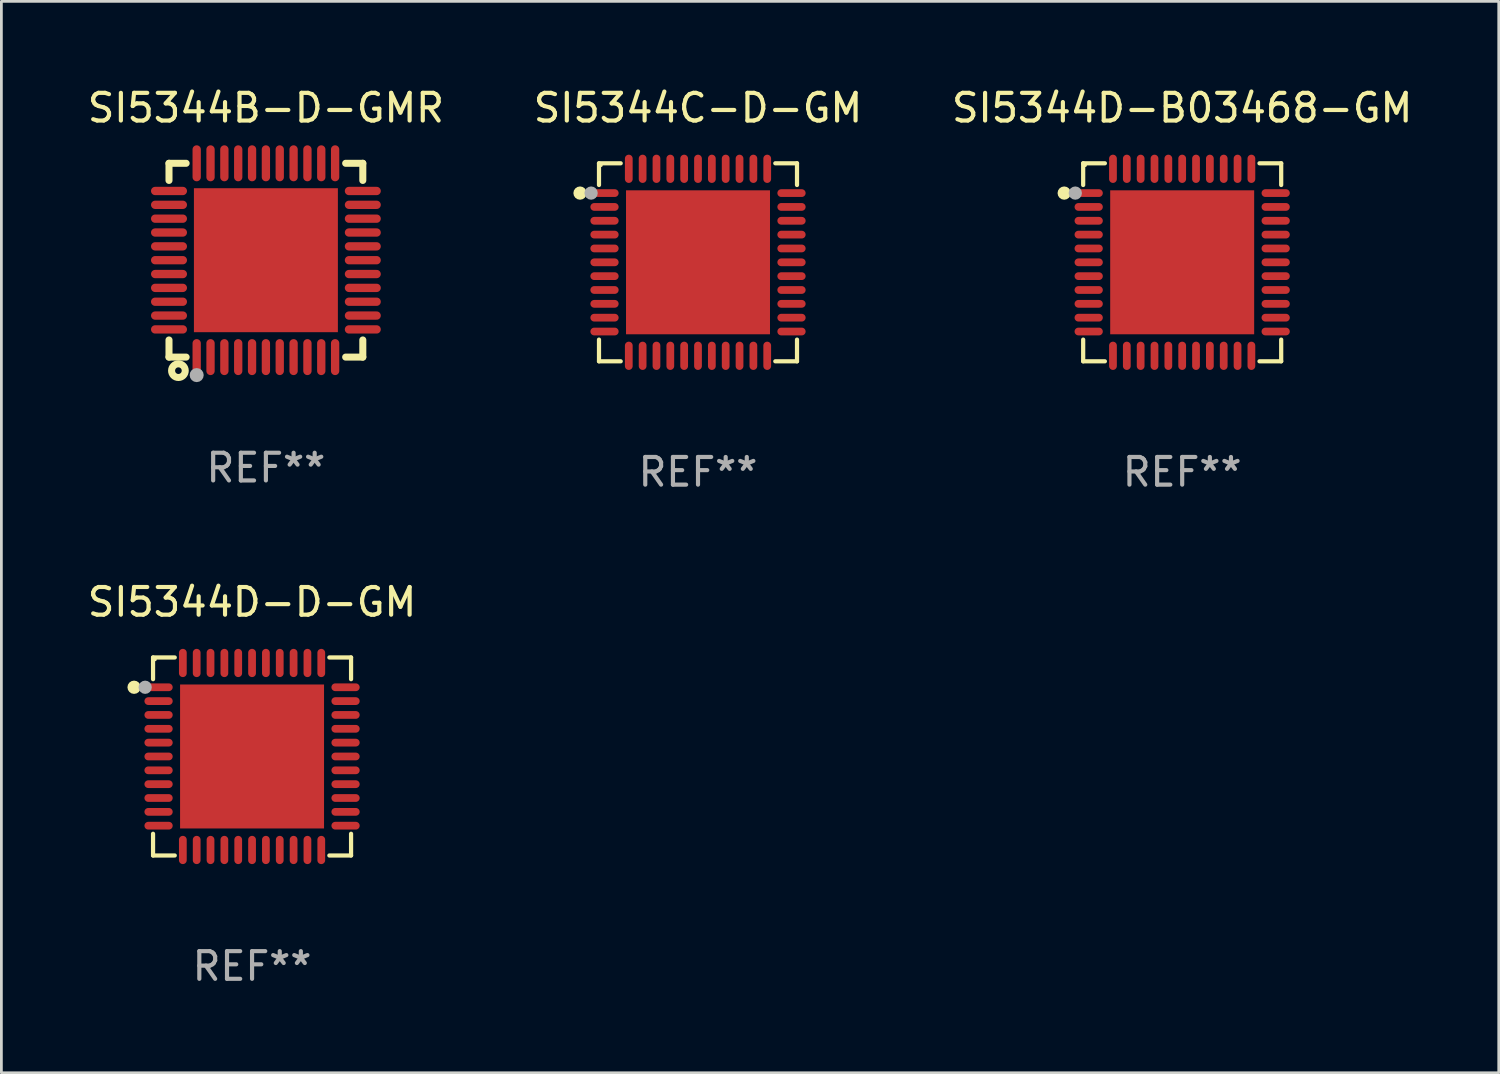
<source format=kicad_pcb>
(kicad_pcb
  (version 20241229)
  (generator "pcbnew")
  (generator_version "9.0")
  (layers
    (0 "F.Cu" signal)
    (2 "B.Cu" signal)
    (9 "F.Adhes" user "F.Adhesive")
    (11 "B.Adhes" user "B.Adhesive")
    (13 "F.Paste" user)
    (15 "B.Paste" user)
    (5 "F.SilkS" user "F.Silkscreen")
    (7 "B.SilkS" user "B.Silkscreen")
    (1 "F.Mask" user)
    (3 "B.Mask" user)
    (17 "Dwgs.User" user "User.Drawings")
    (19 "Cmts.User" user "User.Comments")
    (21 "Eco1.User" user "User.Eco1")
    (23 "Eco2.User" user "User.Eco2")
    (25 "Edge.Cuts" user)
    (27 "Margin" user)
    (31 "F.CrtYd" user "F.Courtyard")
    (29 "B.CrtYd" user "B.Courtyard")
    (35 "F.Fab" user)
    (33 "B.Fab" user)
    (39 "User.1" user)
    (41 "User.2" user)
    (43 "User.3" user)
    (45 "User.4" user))
  (footprint "SI5344C-D-GM"
    (layer "F.Cu")
    (at 22.161 6.424)
    (property "Reference" "SI5344C-D-GM" (at 0 -5.576 0) (layer "F.SilkS") (effects (font (size 1 1) (thickness 0.15))))
    (attr through_hole)
    (fp_line (start -3.576 -3.576) (end -2.792 -3.576) (stroke (width 0.152) (type solid)) (layer "F.SilkS"))
    (fp_line (start -3.576 -2.792) (end -3.576 -3.576) (stroke (width 0.152) (type solid)) (layer "F.SilkS"))
    (fp_line (start -3.576 2.792) (end -3.576 3.576) (stroke (width 0.152) (type solid)) (layer "F.SilkS"))
    (fp_line (start -3.576 3.576) (end -2.792 3.576) (stroke (width 0.152) (type solid)) (layer "F.SilkS"))
    (fp_line (start 3.576 -3.576) (end 2.792 -3.576) (stroke (width 0.152) (type solid)) (layer "F.SilkS"))
    (fp_line (start 3.576 -2.792) (end 3.576 -3.576) (stroke (width 0.152) (type solid)) (layer "F.SilkS"))
    (fp_line (start 3.576 2.792) (end 3.576 3.576) (stroke (width 0.152) (type solid)) (layer "F.SilkS"))
    (fp_line (start 3.576 3.576) (end 2.792 3.576) (stroke (width 0.152) (type solid)) (layer "F.SilkS"))
    (fp_circle (center -4.261 -2.5) (end -4.141 -2.5) (stroke (width 0.24) (type solid)) (fill no) (layer "F.SilkS"))
    (fp_circle (center -3.5 -3.5) (end -3.47 -3.5) (stroke (width 0.06) (type solid)) (fill no) (layer "F.SilkS"))
    (fp_circle (center -3.861 -2.5) (end -3.741 -2.5) (stroke (width 0.24) (type solid)) (fill no) (layer "F.Fab"))
    (fp_text user "REF**" (at 0 7.576 0) (layer "F.Fab") (effects (font (size 1 1) (thickness 0.15))))
    (pad "1" smd oval (at -3.377 -2.5) (size 1.02 0.28) (layers "F.Cu" "F.Mask" "F.Paste"))
    (pad "2" smd oval (at -3.377 -2) (size 1.02 0.28) (layers "F.Cu" "F.Mask" "F.Paste"))
    (pad "3" smd oval (at -3.377 -1.5) (size 1.02 0.28) (layers "F.Cu" "F.Mask" "F.Paste"))
    (pad "4" smd oval (at -3.377 -1) (size 1.02 0.28) (layers "F.Cu" "F.Mask" "F.Paste"))
    (pad "5" smd oval (at -3.377 -0.5) (size 1.02 0.28) (layers "F.Cu" "F.Mask" "F.Paste"))
    (pad "6" smd oval (at -3.377 0) (size 1.02 0.28) (layers "F.Cu" "F.Mask" "F.Paste"))
    (pad "7" smd oval (at -3.377 0.5) (size 1.02 0.28) (layers "F.Cu" "F.Mask" "F.Paste"))
    (pad "8" smd oval (at -3.377 1) (size 1.02 0.28) (layers "F.Cu" "F.Mask" "F.Paste"))
    (pad "9" smd oval (at -3.377 1.5) (size 1.02 0.28) (layers "F.Cu" "F.Mask" "F.Paste"))
    (pad "10" smd oval (at -3.377 2) (size 1.02 0.28) (layers "F.Cu" "F.Mask" "F.Paste"))
    (pad "11" smd oval (at -3.377 2.5) (size 1.02 0.28) (layers "F.Cu" "F.Mask" "F.Paste"))
    (pad "12" smd oval (at -2.5 3.377) (size 0.28 1.02) (layers "F.Cu" "F.Mask" "F.Paste"))
    (pad "13" smd oval (at -2 3.377) (size 0.28 1.02) (layers "F.Cu" "F.Mask" "F.Paste"))
    (pad "14" smd oval (at -1.5 3.377) (size 0.28 1.02) (layers "F.Cu" "F.Mask" "F.Paste"))
    (pad "15" smd oval (at -1 3.377) (size 0.28 1.02) (layers "F.Cu" "F.Mask" "F.Paste"))
    (pad "16" smd oval (at -0.5 3.377) (size 0.28 1.02) (layers "F.Cu" "F.Mask" "F.Paste"))
    (pad "17" smd oval (at 0 3.377) (size 0.28 1.02) (layers "F.Cu" "F.Mask" "F.Paste"))
    (pad "18" smd oval (at 0.5 3.377) (size 0.28 1.02) (layers "F.Cu" "F.Mask" "F.Paste"))
    (pad "19" smd oval (at 1 3.377) (size 0.28 1.02) (layers "F.Cu" "F.Mask" "F.Paste"))
    (pad "20" smd oval (at 1.5 3.377) (size 0.28 1.02) (layers "F.Cu" "F.Mask" "F.Paste"))
    (pad "21" smd oval (at 2 3.377) (size 0.28 1.02) (layers "F.Cu" "F.Mask" "F.Paste"))
    (pad "22" smd oval (at 2.5 3.377) (size 0.28 1.02) (layers "F.Cu" "F.Mask" "F.Paste"))
    (pad "23" smd oval (at 3.377 2.5) (size 1.02 0.28) (layers "F.Cu" "F.Mask" "F.Paste"))
    (pad "24" smd oval (at 3.377 2) (size 1.02 0.28) (layers "F.Cu" "F.Mask" "F.Paste"))
    (pad "25" smd oval (at 3.377 1.5) (size 1.02 0.28) (layers "F.Cu" "F.Mask" "F.Paste"))
    (pad "26" smd oval (at 3.377 1) (size 1.02 0.28) (layers "F.Cu" "F.Mask" "F.Paste"))
    (pad "27" smd oval (at 3.377 0.5) (size 1.02 0.28) (layers "F.Cu" "F.Mask" "F.Paste"))
    (pad "28" smd oval (at 3.377 0) (size 1.02 0.28) (layers "F.Cu" "F.Mask" "F.Paste"))
    (pad "29" smd oval (at 3.377 -0.5) (size 1.02 0.28) (layers "F.Cu" "F.Mask" "F.Paste"))
    (pad "30" smd oval (at 3.377 -1) (size 1.02 0.28) (layers "F.Cu" "F.Mask" "F.Paste"))
    (pad "31" smd oval (at 3.377 -1.5) (size 1.02 0.28) (layers "F.Cu" "F.Mask" "F.Paste"))
    (pad "32" smd oval (at 3.377 -2) (size 1.02 0.28) (layers "F.Cu" "F.Mask" "F.Paste"))
    (pad "33" smd oval (at 3.377 -2.5) (size 1.02 0.28) (layers "F.Cu" "F.Mask" "F.Paste"))
    (pad "34" smd oval (at 2.5 -3.377) (size 0.28 1.02) (layers "F.Cu" "F.Mask" "F.Paste"))
    (pad "35" smd oval (at 2 -3.377) (size 0.28 1.02) (layers "F.Cu" "F.Mask" "F.Paste"))
    (pad "36" smd oval (at 1.5 -3.377) (size 0.28 1.02) (layers "F.Cu" "F.Mask" "F.Paste"))
    (pad "37" smd oval (at 1 -3.377) (size 0.28 1.02) (layers "F.Cu" "F.Mask" "F.Paste"))
    (pad "38" smd oval (at 0.5 -3.377) (size 0.28 1.02) (layers "F.Cu" "F.Mask" "F.Paste"))
    (pad "39" smd oval (at 0 -3.377) (size 0.28 1.02) (layers "F.Cu" "F.Mask" "F.Paste"))
    (pad "40" smd oval (at -0.5 -3.377) (size 0.28 1.02) (layers "F.Cu" "F.Mask" "F.Paste"))
    (pad "41" smd oval (at -1 -3.377) (size 0.28 1.02) (layers "F.Cu" "F.Mask" "F.Paste"))
    (pad "42" smd oval (at -1.5 -3.377) (size 0.28 1.02) (layers "F.Cu" "F.Mask" "F.Paste"))
    (pad "43" smd oval (at -2 -3.377) (size 0.28 1.02) (layers "F.Cu" "F.Mask" "F.Paste"))
    (pad "44" smd oval (at -2.5 -3.377) (size 0.28 1.02) (layers "F.Cu" "F.Mask" "F.Paste"))
    (pad "45" smd rect (at 0 0) (size 5.2 5.2) (layers "F.Cu" "F.Mask" "F.Paste")))
  (footprint "SI5344D-D-GM"
    (layer "F.Cu")
    (at 6.054 24.273)
    (property "Reference" "SI5344D-D-GM" (at 0 -5.576 0) (layer "F.SilkS") (effects (font (size 1 1) (thickness 0.15))))
    (attr through_hole)
    (fp_line (start -3.576 -3.576) (end -2.792 -3.576) (stroke (width 0.152) (type solid)) (layer "F.SilkS"))
    (fp_line (start -3.576 -2.792) (end -3.576 -3.576) (stroke (width 0.152) (type solid)) (layer "F.SilkS"))
    (fp_line (start -3.576 2.792) (end -3.576 3.576) (stroke (width 0.152) (type solid)) (layer "F.SilkS"))
    (fp_line (start -3.576 3.576) (end -2.792 3.576) (stroke (width 0.152) (type solid)) (layer "F.SilkS"))
    (fp_line (start 3.576 -3.576) (end 2.792 -3.576) (stroke (width 0.152) (type solid)) (layer "F.SilkS"))
    (fp_line (start 3.576 -2.792) (end 3.576 -3.576) (stroke (width 0.152) (type solid)) (layer "F.SilkS"))
    (fp_line (start 3.576 2.792) (end 3.576 3.576) (stroke (width 0.152) (type solid)) (layer "F.SilkS"))
    (fp_line (start 3.576 3.576) (end 2.792 3.576) (stroke (width 0.152) (type solid)) (layer "F.SilkS"))
    (fp_circle (center -4.261 -2.5) (end -4.141 -2.5) (stroke (width 0.24) (type solid)) (fill no) (layer "F.SilkS"))
    (fp_circle (center -3.5 -3.5) (end -3.47 -3.5) (stroke (width 0.06) (type solid)) (fill no) (layer "F.SilkS"))
    (fp_circle (center -3.861 -2.5) (end -3.741 -2.5) (stroke (width 0.24) (type solid)) (fill no) (layer "F.Fab"))
    (fp_text user "REF**" (at 0 7.576 0) (layer "F.Fab") (effects (font (size 1 1) (thickness 0.15))))
    (pad "1" smd oval (at -3.377 -2.5) (size 1.02 0.28) (layers "F.Cu" "F.Mask" "F.Paste"))
    (pad "2" smd oval (at -3.377 -2) (size 1.02 0.28) (layers "F.Cu" "F.Mask" "F.Paste"))
    (pad "3" smd oval (at -3.377 -1.5) (size 1.02 0.28) (layers "F.Cu" "F.Mask" "F.Paste"))
    (pad "4" smd oval (at -3.377 -1) (size 1.02 0.28) (layers "F.Cu" "F.Mask" "F.Paste"))
    (pad "5" smd oval (at -3.377 -0.5) (size 1.02 0.28) (layers "F.Cu" "F.Mask" "F.Paste"))
    (pad "6" smd oval (at -3.377 0) (size 1.02 0.28) (layers "F.Cu" "F.Mask" "F.Paste"))
    (pad "7" smd oval (at -3.377 0.5) (size 1.02 0.28) (layers "F.Cu" "F.Mask" "F.Paste"))
    (pad "8" smd oval (at -3.377 1) (size 1.02 0.28) (layers "F.Cu" "F.Mask" "F.Paste"))
    (pad "9" smd oval (at -3.377 1.5) (size 1.02 0.28) (layers "F.Cu" "F.Mask" "F.Paste"))
    (pad "10" smd oval (at -3.377 2) (size 1.02 0.28) (layers "F.Cu" "F.Mask" "F.Paste"))
    (pad "11" smd oval (at -3.377 2.5) (size 1.02 0.28) (layers "F.Cu" "F.Mask" "F.Paste"))
    (pad "12" smd oval (at -2.5 3.377) (size 0.28 1.02) (layers "F.Cu" "F.Mask" "F.Paste"))
    (pad "13" smd oval (at -2 3.377) (size 0.28 1.02) (layers "F.Cu" "F.Mask" "F.Paste"))
    (pad "14" smd oval (at -1.5 3.377) (size 0.28 1.02) (layers "F.Cu" "F.Mask" "F.Paste"))
    (pad "15" smd oval (at -1 3.377) (size 0.28 1.02) (layers "F.Cu" "F.Mask" "F.Paste"))
    (pad "16" smd oval (at -0.5 3.377) (size 0.28 1.02) (layers "F.Cu" "F.Mask" "F.Paste"))
    (pad "17" smd oval (at 0 3.377) (size 0.28 1.02) (layers "F.Cu" "F.Mask" "F.Paste"))
    (pad "18" smd oval (at 0.5 3.377) (size 0.28 1.02) (layers "F.Cu" "F.Mask" "F.Paste"))
    (pad "19" smd oval (at 1 3.377) (size 0.28 1.02) (layers "F.Cu" "F.Mask" "F.Paste"))
    (pad "20" smd oval (at 1.5 3.377) (size 0.28 1.02) (layers "F.Cu" "F.Mask" "F.Paste"))
    (pad "21" smd oval (at 2 3.377) (size 0.28 1.02) (layers "F.Cu" "F.Mask" "F.Paste"))
    (pad "22" smd oval (at 2.5 3.377) (size 0.28 1.02) (layers "F.Cu" "F.Mask" "F.Paste"))
    (pad "23" smd oval (at 3.377 2.5) (size 1.02 0.28) (layers "F.Cu" "F.Mask" "F.Paste"))
    (pad "24" smd oval (at 3.377 2) (size 1.02 0.28) (layers "F.Cu" "F.Mask" "F.Paste"))
    (pad "25" smd oval (at 3.377 1.5) (size 1.02 0.28) (layers "F.Cu" "F.Mask" "F.Paste"))
    (pad "26" smd oval (at 3.377 1) (size 1.02 0.28) (layers "F.Cu" "F.Mask" "F.Paste"))
    (pad "27" smd oval (at 3.377 0.5) (size 1.02 0.28) (layers "F.Cu" "F.Mask" "F.Paste"))
    (pad "28" smd oval (at 3.377 0) (size 1.02 0.28) (layers "F.Cu" "F.Mask" "F.Paste"))
    (pad "29" smd oval (at 3.377 -0.5) (size 1.02 0.28) (layers "F.Cu" "F.Mask" "F.Paste"))
    (pad "30" smd oval (at 3.377 -1) (size 1.02 0.28) (layers "F.Cu" "F.Mask" "F.Paste"))
    (pad "31" smd oval (at 3.377 -1.5) (size 1.02 0.28) (layers "F.Cu" "F.Mask" "F.Paste"))
    (pad "32" smd oval (at 3.377 -2) (size 1.02 0.28) (layers "F.Cu" "F.Mask" "F.Paste"))
    (pad "33" smd oval (at 3.377 -2.5) (size 1.02 0.28) (layers "F.Cu" "F.Mask" "F.Paste"))
    (pad "34" smd oval (at 2.5 -3.377) (size 0.28 1.02) (layers "F.Cu" "F.Mask" "F.Paste"))
    (pad "35" smd oval (at 2 -3.377) (size 0.28 1.02) (layers "F.Cu" "F.Mask" "F.Paste"))
    (pad "36" smd oval (at 1.5 -3.377) (size 0.28 1.02) (layers "F.Cu" "F.Mask" "F.Paste"))
    (pad "37" smd oval (at 1 -3.377) (size 0.28 1.02) (layers "F.Cu" "F.Mask" "F.Paste"))
    (pad "38" smd oval (at 0.5 -3.377) (size 0.28 1.02) (layers "F.Cu" "F.Mask" "F.Paste"))
    (pad "39" smd oval (at 0 -3.377) (size 0.28 1.02) (layers "F.Cu" "F.Mask" "F.Paste"))
    (pad "40" smd oval (at -0.5 -3.377) (size 0.28 1.02) (layers "F.Cu" "F.Mask" "F.Paste"))
    (pad "41" smd oval (at -1 -3.377) (size 0.28 1.02) (layers "F.Cu" "F.Mask" "F.Paste"))
    (pad "42" smd oval (at -1.5 -3.377) (size 0.28 1.02) (layers "F.Cu" "F.Mask" "F.Paste"))
    (pad "43" smd oval (at -2 -3.377) (size 0.28 1.02) (layers "F.Cu" "F.Mask" "F.Paste"))
    (pad "44" smd oval (at -2.5 -3.377) (size 0.28 1.02) (layers "F.Cu" "F.Mask" "F.Paste"))
    (pad "45" smd rect (at 0 0) (size 5.2 5.2) (layers "F.Cu" "F.Mask" "F.Paste")))
  (footprint "SI5344B-D-GMR"
    (layer "F.Cu")
    (at 6.554 6.348)
    (property "Reference" "SI5344B-D-GMR" (at 0 -5.5 0) (layer "F.SilkS") (effects (font (size 1 1) (thickness 0.15))))
    (attr through_hole)
    (fp_line (start -3.5 -3.5) (end -2.881 -3.5) (stroke (width 0.254) (type solid)) (layer "F.SilkS"))
    (fp_line (start -3.5 -2.881) (end -3.5 -3.5) (stroke (width 0.254) (type solid)) (layer "F.SilkS"))
    (fp_line (start -3.5 3.5) (end -3.5 2.881) (stroke (width 0.254) (type solid)) (layer "F.SilkS"))
    (fp_line (start -2.881 3.5) (end -3.5 3.5) (stroke (width 0.254) (type solid)) (layer "F.SilkS"))
    (fp_line (start 2.881 -3.5) (end 3.5 -3.5) (stroke (width 0.254) (type solid)) (layer "F.SilkS"))
    (fp_line (start 3.5 -3.5) (end 3.5 -2.881) (stroke (width 0.254) (type solid)) (layer "F.SilkS"))
    (fp_line (start 3.5 2.881) (end 3.5 3.5) (stroke (width 0.254) (type solid)) (layer "F.SilkS"))
    (fp_line (start 3.5 3.5) (end 2.881 3.5) (stroke (width 0.254) (type solid)) (layer "F.SilkS"))
    (fp_circle (center -3.5 3.5) (end -3.47 3.5) (stroke (width 0.06) (type solid)) (fill no) (layer "F.SilkS"))
    (fp_circle (center -3.16 3.99) (end -3.04 3.99) (stroke (width 0.254) (type solid)) (fill no) (layer "F.SilkS"))
    (fp_circle (center -2.5 4.15) (end -2.373 4.15) (stroke (width 0.254) (type solid)) (fill no) (layer "F.Fab"))
    (fp_text user "REF**" (at 0 7.5 0) (layer "F.Fab") (effects (font (size 1 1) (thickness 0.15))))
    (pad "1" smd oval (at -2.5 3.5 90) (size 1.3 0.3) (layers "F.Cu" "F.Mask" "F.Paste"))
    (pad "2" smd oval (at -2 3.5 90) (size 1.3 0.3) (layers "F.Cu" "F.Mask" "F.Paste"))
    (pad "3" smd oval (at -1.5 3.5 90) (size 1.3 0.3) (layers "F.Cu" "F.Mask" "F.Paste"))
    (pad "4" smd oval (at -1 3.5 90) (size 1.3 0.3) (layers "F.Cu" "F.Mask" "F.Paste"))
    (pad "5" smd oval (at -0.5 3.5 90) (size 1.3 0.3) (layers "F.Cu" "F.Mask" "F.Paste"))
    (pad "6" smd oval (at -0.000127 3.5 90) (size 1.3 0.3) (layers "F.Cu" "F.Mask" "F.Paste"))
    (pad "7" smd oval (at 0.5 3.5 90) (size 1.3 0.3) (layers "F.Cu" "F.Mask" "F.Paste"))
    (pad "8" smd oval (at 1 3.5 90) (size 1.3 0.3) (layers "F.Cu" "F.Mask" "F.Paste"))
    (pad "9" smd oval (at 1.5 3.5 90) (size 1.3 0.3) (layers "F.Cu" "F.Mask" "F.Paste"))
    (pad "10" smd oval (at 2 3.5 90) (size 1.3 0.3) (layers "F.Cu" "F.Mask" "F.Paste"))
    (pad "11" smd oval (at 2.5 3.5 90) (size 1.3 0.3) (layers "F.Cu" "F.Mask" "F.Paste"))
    (pad "12" smd oval (at 3.5 2.5 90) (size 0.3 1.3) (layers "F.Cu" "F.Mask" "F.Paste"))
    (pad "13" smd oval (at 3.5 2 90) (size 0.3 1.3) (layers "F.Cu" "F.Mask" "F.Paste"))
    (pad "14" smd oval (at 3.5 1.5 90) (size 0.3 1.3) (layers "F.Cu" "F.Mask" "F.Paste"))
    (pad "15" smd oval (at 3.5 1 90) (size 0.3 1.3) (layers "F.Cu" "F.Mask" "F.Paste"))
    (pad "16" smd oval (at 3.5 0.5 90) (size 0.3 1.3) (layers "F.Cu" "F.Mask" "F.Paste"))
    (pad "17" smd oval (at 3.5 0.000127 90) (size 0.3 1.3) (layers "F.Cu" "F.Mask" "F.Paste"))
    (pad "18" smd oval (at 3.5 -0.5 90) (size 0.3 1.3) (layers "F.Cu" "F.Mask" "F.Paste"))
    (pad "19" smd oval (at 3.5 -1 90) (size 0.3 1.3) (layers "F.Cu" "F.Mask" "F.Paste"))
    (pad "20" smd oval (at 3.5 -1.5 90) (size 0.3 1.3) (layers "F.Cu" "F.Mask" "F.Paste"))
    (pad "21" smd oval (at 3.5 -2 90) (size 0.3 1.3) (layers "F.Cu" "F.Mask" "F.Paste"))
    (pad "22" smd oval (at 3.5 -2.5 90) (size 0.3 1.3) (layers "F.Cu" "F.Mask" "F.Paste"))
    (pad "23" smd oval (at 2.5 -3.5 90) (size 1.3 0.3) (layers "F.Cu" "F.Mask" "F.Paste"))
    (pad "24" smd oval (at 2 -3.5 90) (size 1.3 0.3) (layers "F.Cu" "F.Mask" "F.Paste"))
    (pad "25" smd oval (at 1.5 -3.5 90) (size 1.3 0.3) (layers "F.Cu" "F.Mask" "F.Paste"))
    (pad "26" smd oval (at 1 -3.5 90) (size 1.3 0.3) (layers "F.Cu" "F.Mask" "F.Paste"))
    (pad "27" smd oval (at 0.5 -3.5 90) (size 1.3 0.3) (layers "F.Cu" "F.Mask" "F.Paste"))
    (pad "28" smd oval (at -0.000127 -3.5 90) (size 1.3 0.3) (layers "F.Cu" "F.Mask" "F.Paste"))
    (pad "29" smd oval (at -0.5 -3.5 90) (size 1.3 0.3) (layers "F.Cu" "F.Mask" "F.Paste"))
    (pad "30" smd oval (at -1 -3.5 90) (size 1.3 0.3) (layers "F.Cu" "F.Mask" "F.Paste"))
    (pad "31" smd oval (at -1.5 -3.5 90) (size 1.3 0.3) (layers "F.Cu" "F.Mask" "F.Paste"))
    (pad "32" smd oval (at -2 -3.5 90) (size 1.3 0.3) (layers "F.Cu" "F.Mask" "F.Paste"))
    (pad "33" smd oval (at -2.5 -3.5 90) (size 1.3 0.3) (layers "F.Cu" "F.Mask" "F.Paste"))
    (pad "34" smd oval (at -3.5 -2.5 90) (size 0.3 1.3) (layers "F.Cu" "F.Mask" "F.Paste"))
    (pad "35" smd oval (at -3.5 -2 90) (size 0.3 1.3) (layers "F.Cu" "F.Mask" "F.Paste"))
    (pad "36" smd oval (at -3.5 -1.5 90) (size 0.3 1.3) (layers "F.Cu" "F.Mask" "F.Paste"))
    (pad "37" smd oval (at -3.5 -1 90) (size 0.3 1.3) (layers "F.Cu" "F.Mask" "F.Paste"))
    (pad "38" smd oval (at -3.5 -0.5 90) (size 0.3 1.3) (layers "F.Cu" "F.Mask" "F.Paste"))
    (pad "39" smd oval (at -3.5 0.000127 90) (size 0.3 1.3) (layers "F.Cu" "F.Mask" "F.Paste"))
    (pad "40" smd oval (at -3.5 0.5 90) (size 0.3 1.3) (layers "F.Cu" "F.Mask" "F.Paste"))
    (pad "41" smd oval (at -3.5 1 90) (size 0.3 1.3) (layers "F.Cu" "F.Mask" "F.Paste"))
    (pad "42" smd oval (at -3.5 1.5 90) (size 0.3 1.3) (layers "F.Cu" "F.Mask" "F.Paste"))
    (pad "43" smd oval (at -3.5 2 90) (size 0.3 1.3) (layers "F.Cu" "F.Mask" "F.Paste"))
    (pad "44" smd oval (at -3.5 2.5 90) (size 0.3 1.3) (layers "F.Cu" "F.Mask" "F.Paste"))
    (pad "45" smd rect (at -0.000127 0.000127 90) (size 5.2 5.2) (layers "F.Cu" "F.Mask" "F.Paste")))
  (footprint "SI5344D-B03468-GM"
    (layer "F.Cu")
    (at 39.649 6.424)
    (property "Reference" "SI5344D-B03468-GM" (at 0 -5.576 0) (layer "F.SilkS") (effects (font (size 1 1) (thickness 0.15))))
    (attr through_hole)
    (fp_line (start -3.576 -3.576) (end -2.792 -3.576) (stroke (width 0.152) (type solid)) (layer "F.SilkS"))
    (fp_line (start -3.576 -2.792) (end -3.576 -3.576) (stroke (width 0.152) (type solid)) (layer "F.SilkS"))
    (fp_line (start -3.576 2.792) (end -3.576 3.576) (stroke (width 0.152) (type solid)) (layer "F.SilkS"))
    (fp_line (start -3.576 3.576) (end -2.792 3.576) (stroke (width 0.152) (type solid)) (layer "F.SilkS"))
    (fp_line (start 3.576 -3.576) (end 2.792 -3.576) (stroke (width 0.152) (type solid)) (layer "F.SilkS"))
    (fp_line (start 3.576 -2.792) (end 3.576 -3.576) (stroke (width 0.152) (type solid)) (layer "F.SilkS"))
    (fp_line (start 3.576 2.792) (end 3.576 3.576) (stroke (width 0.152) (type solid)) (layer "F.SilkS"))
    (fp_line (start 3.576 3.576) (end 2.792 3.576) (stroke (width 0.152) (type solid)) (layer "F.SilkS"))
    (fp_circle (center -4.261 -2.5) (end -4.141 -2.5) (stroke (width 0.24) (type solid)) (fill no) (layer "F.SilkS"))
    (fp_circle (center -3.5 -3.5) (end -3.47 -3.5) (stroke (width 0.06) (type solid)) (fill no) (layer "F.SilkS"))
    (fp_circle (center -3.861 -2.5) (end -3.741 -2.5) (stroke (width 0.24) (type solid)) (fill no) (layer "F.Fab"))
    (fp_text user "REF**" (at 0 7.576 0) (layer "F.Fab") (effects (font (size 1 1) (thickness 0.15))))
    (pad "1" smd oval (at -3.377 -2.5) (size 1.02 0.28) (layers "F.Cu" "F.Mask" "F.Paste"))
    (pad "2" smd oval (at -3.377 -2) (size 1.02 0.28) (layers "F.Cu" "F.Mask" "F.Paste"))
    (pad "3" smd oval (at -3.377 -1.5) (size 1.02 0.28) (layers "F.Cu" "F.Mask" "F.Paste"))
    (pad "4" smd oval (at -3.377 -1) (size 1.02 0.28) (layers "F.Cu" "F.Mask" "F.Paste"))
    (pad "5" smd oval (at -3.377 -0.5) (size 1.02 0.28) (layers "F.Cu" "F.Mask" "F.Paste"))
    (pad "6" smd oval (at -3.377 0) (size 1.02 0.28) (layers "F.Cu" "F.Mask" "F.Paste"))
    (pad "7" smd oval (at -3.377 0.5) (size 1.02 0.28) (layers "F.Cu" "F.Mask" "F.Paste"))
    (pad "8" smd oval (at -3.377 1) (size 1.02 0.28) (layers "F.Cu" "F.Mask" "F.Paste"))
    (pad "9" smd oval (at -3.377 1.5) (size 1.02 0.28) (layers "F.Cu" "F.Mask" "F.Paste"))
    (pad "10" smd oval (at -3.377 2) (size 1.02 0.28) (layers "F.Cu" "F.Mask" "F.Paste"))
    (pad "11" smd oval (at -3.377 2.5) (size 1.02 0.28) (layers "F.Cu" "F.Mask" "F.Paste"))
    (pad "12" smd oval (at -2.5 3.377) (size 0.28 1.02) (layers "F.Cu" "F.Mask" "F.Paste"))
    (pad "13" smd oval (at -2 3.377) (size 0.28 1.02) (layers "F.Cu" "F.Mask" "F.Paste"))
    (pad "14" smd oval (at -1.5 3.377) (size 0.28 1.02) (layers "F.Cu" "F.Mask" "F.Paste"))
    (pad "15" smd oval (at -1 3.377) (size 0.28 1.02) (layers "F.Cu" "F.Mask" "F.Paste"))
    (pad "16" smd oval (at -0.5 3.377) (size 0.28 1.02) (layers "F.Cu" "F.Mask" "F.Paste"))
    (pad "17" smd oval (at 0 3.377) (size 0.28 1.02) (layers "F.Cu" "F.Mask" "F.Paste"))
    (pad "18" smd oval (at 0.5 3.377) (size 0.28 1.02) (layers "F.Cu" "F.Mask" "F.Paste"))
    (pad "19" smd oval (at 1 3.377) (size 0.28 1.02) (layers "F.Cu" "F.Mask" "F.Paste"))
    (pad "20" smd oval (at 1.5 3.377) (size 0.28 1.02) (layers "F.Cu" "F.Mask" "F.Paste"))
    (pad "21" smd oval (at 2 3.377) (size 0.28 1.02) (layers "F.Cu" "F.Mask" "F.Paste"))
    (pad "22" smd oval (at 2.5 3.377) (size 0.28 1.02) (layers "F.Cu" "F.Mask" "F.Paste"))
    (pad "23" smd oval (at 3.377 2.5) (size 1.02 0.28) (layers "F.Cu" "F.Mask" "F.Paste"))
    (pad "24" smd oval (at 3.377 2) (size 1.02 0.28) (layers "F.Cu" "F.Mask" "F.Paste"))
    (pad "25" smd oval (at 3.377 1.5) (size 1.02 0.28) (layers "F.Cu" "F.Mask" "F.Paste"))
    (pad "26" smd oval (at 3.377 1) (size 1.02 0.28) (layers "F.Cu" "F.Mask" "F.Paste"))
    (pad "27" smd oval (at 3.377 0.5) (size 1.02 0.28) (layers "F.Cu" "F.Mask" "F.Paste"))
    (pad "28" smd oval (at 3.377 0) (size 1.02 0.28) (layers "F.Cu" "F.Mask" "F.Paste"))
    (pad "29" smd oval (at 3.377 -0.5) (size 1.02 0.28) (layers "F.Cu" "F.Mask" "F.Paste"))
    (pad "30" smd oval (at 3.377 -1) (size 1.02 0.28) (layers "F.Cu" "F.Mask" "F.Paste"))
    (pad "31" smd oval (at 3.377 -1.5) (size 1.02 0.28) (layers "F.Cu" "F.Mask" "F.Paste"))
    (pad "32" smd oval (at 3.377 -2) (size 1.02 0.28) (layers "F.Cu" "F.Mask" "F.Paste"))
    (pad "33" smd oval (at 3.377 -2.5) (size 1.02 0.28) (layers "F.Cu" "F.Mask" "F.Paste"))
    (pad "34" smd oval (at 2.5 -3.377) (size 0.28 1.02) (layers "F.Cu" "F.Mask" "F.Paste"))
    (pad "35" smd oval (at 2 -3.377) (size 0.28 1.02) (layers "F.Cu" "F.Mask" "F.Paste"))
    (pad "36" smd oval (at 1.5 -3.377) (size 0.28 1.02) (layers "F.Cu" "F.Mask" "F.Paste"))
    (pad "37" smd oval (at 1 -3.377) (size 0.28 1.02) (layers "F.Cu" "F.Mask" "F.Paste"))
    (pad "38" smd oval (at 0.5 -3.377) (size 0.28 1.02) (layers "F.Cu" "F.Mask" "F.Paste"))
    (pad "39" smd oval (at 0 -3.377) (size 0.28 1.02) (layers "F.Cu" "F.Mask" "F.Paste"))
    (pad "40" smd oval (at -0.5 -3.377) (size 0.28 1.02) (layers "F.Cu" "F.Mask" "F.Paste"))
    (pad "41" smd oval (at -1 -3.377) (size 0.28 1.02) (layers "F.Cu" "F.Mask" "F.Paste"))
    (pad "42" smd oval (at -1.5 -3.377) (size 0.28 1.02) (layers "F.Cu" "F.Mask" "F.Paste"))
    (pad "43" smd oval (at -2 -3.377) (size 0.28 1.02) (layers "F.Cu" "F.Mask" "F.Paste"))
    (pad "44" smd oval (at -2.5 -3.377) (size 0.28 1.02) (layers "F.Cu" "F.Mask" "F.Paste"))
    (pad "45" smd rect (at 0 0) (size 5.2 5.2) (layers "F.Cu" "F.Mask" "F.Paste")))
  (gr_rect
    (start -3 -3)
    (end 51.083 35.698)
    (stroke (width 0.1) (type default))
    (fill no)
    (layer "Edge.Cuts")))
</source>
